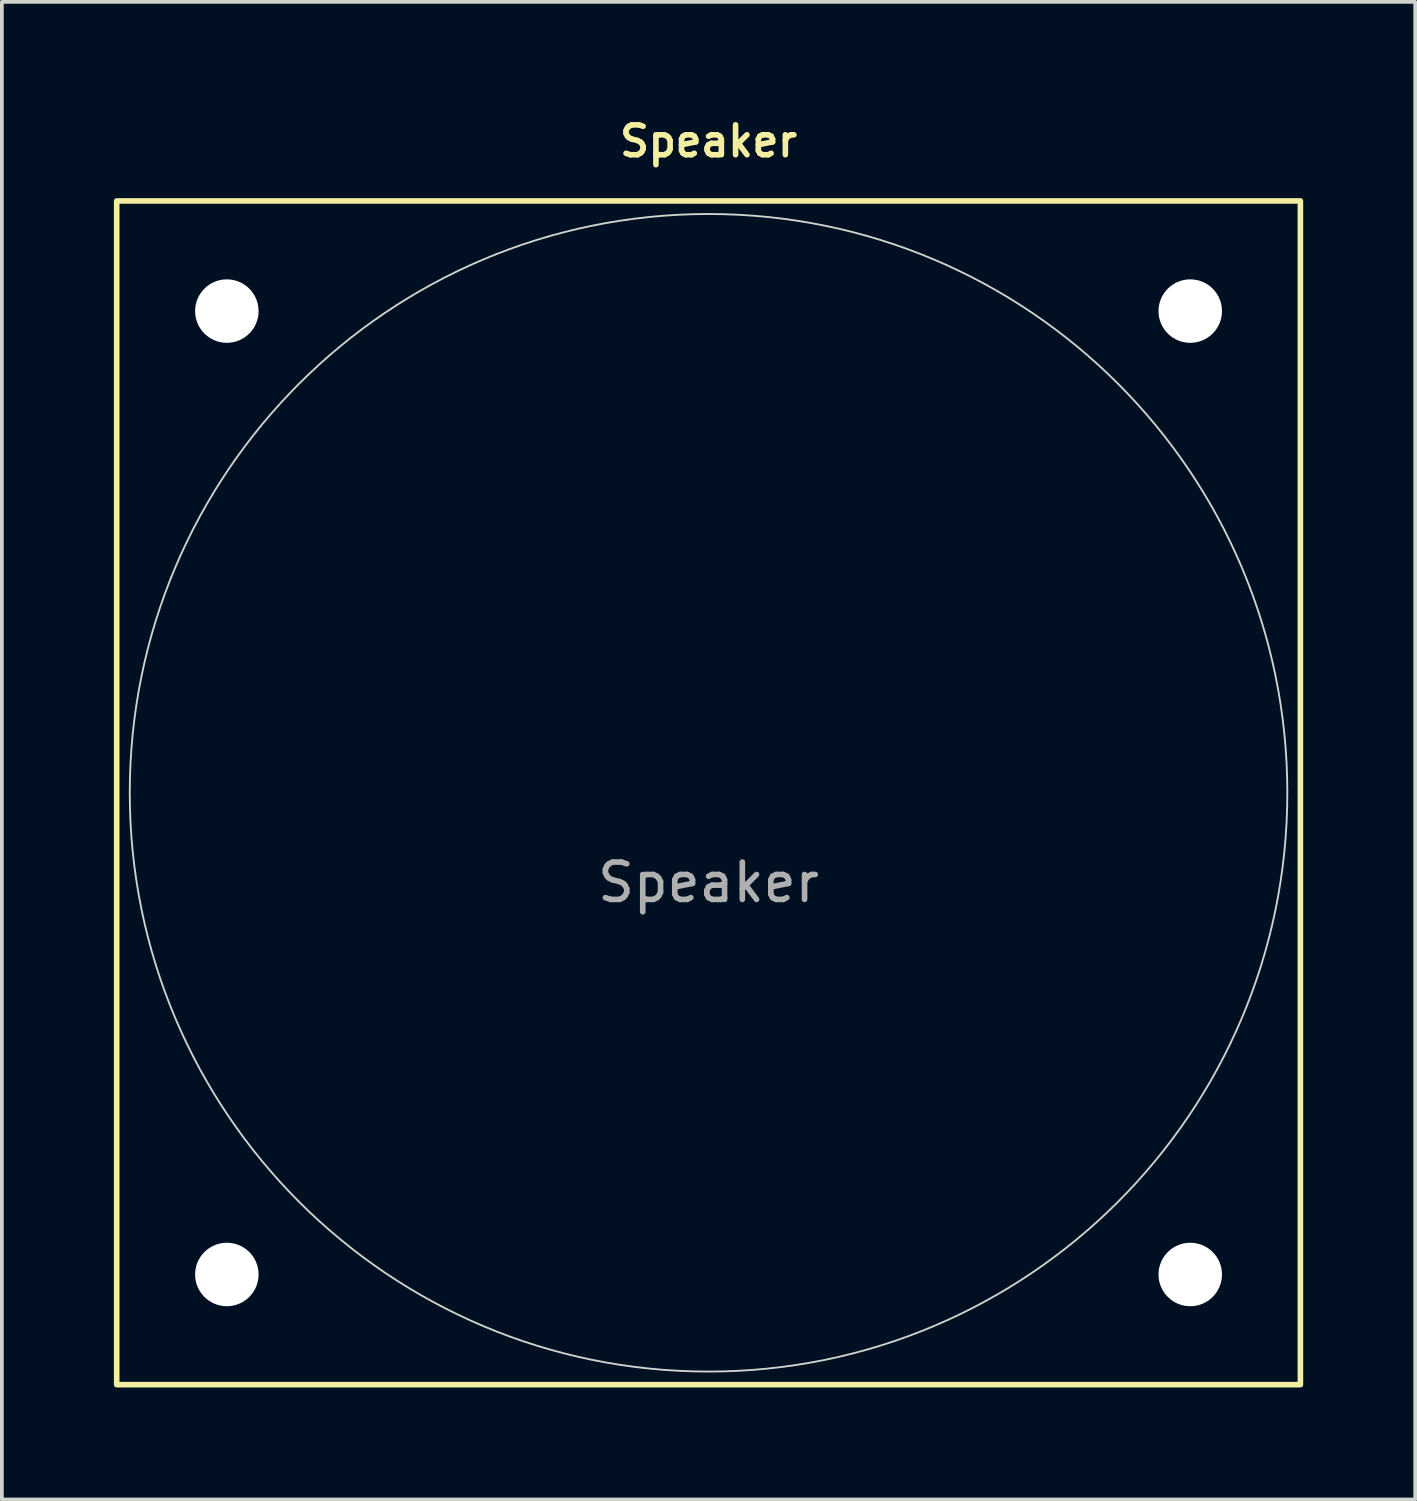
<source format=kicad_pcb>
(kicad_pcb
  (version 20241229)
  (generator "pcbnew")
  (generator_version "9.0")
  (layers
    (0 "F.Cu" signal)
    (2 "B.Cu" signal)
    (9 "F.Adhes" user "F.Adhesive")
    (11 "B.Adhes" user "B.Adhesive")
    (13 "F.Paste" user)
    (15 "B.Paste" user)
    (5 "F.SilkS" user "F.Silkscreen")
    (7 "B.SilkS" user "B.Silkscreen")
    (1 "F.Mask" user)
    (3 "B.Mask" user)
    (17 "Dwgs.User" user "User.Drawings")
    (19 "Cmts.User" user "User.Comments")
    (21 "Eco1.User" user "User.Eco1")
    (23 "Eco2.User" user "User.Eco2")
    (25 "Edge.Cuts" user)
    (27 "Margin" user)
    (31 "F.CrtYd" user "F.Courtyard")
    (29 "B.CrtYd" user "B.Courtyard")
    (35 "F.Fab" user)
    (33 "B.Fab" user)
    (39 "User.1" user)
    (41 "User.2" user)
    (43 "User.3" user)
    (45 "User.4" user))
  (footprint "Speaker"
    (layer "F.Cu")
    (at 15.925 18.181)
    (property "Reference" "Speaker" (at 0 -17.45 0) (unlocked yes) (layer "F.SilkS") (effects (font (size 0.8 0.8) (thickness 0.15))))
    (attr through_hole)
    (fp_rect (start -15.85 -15.85) (end 15.85 15.85) (stroke (width 0.15) (type solid)) (fill no) (layer "F.SilkS"))
    (fp_circle (center 0 0) (end 15.5 0) (stroke (width 0.05) (type solid)) (fill no) (layer "Edge.Cuts"))
    (fp_text user "${REFERENCE}" (at 0 2.4 0) (unlocked yes) (layer "F.Fab") (effects (font (size 1 1) (thickness 0.15))))
    (pad "" np_thru_hole circle (at -12.9 -12.9) (size 1.7 1.7) (drill 1.7) (layers "*.Cu" "*.Mask"))
    (pad "" np_thru_hole circle (at -12.9 12.9) (size 1.7 1.7) (drill 1.7) (layers "*.Cu" "*.Mask"))
    (pad "" np_thru_hole circle (at 12.9 -12.9) (size 1.7 1.7) (drill 1.7) (layers "*.Cu" "*.Mask"))
    (pad "" np_thru_hole circle (at 12.9 12.9) (size 1.7 1.7) (drill 1.7) (layers "*.Cu" "*.Mask")))
  (gr_rect
    (start -3 -3)
    (end 34.85 37.106)
    (stroke (width 0.1) (type default))
    (fill no)
    (layer "Edge.Cuts")))
</source>
